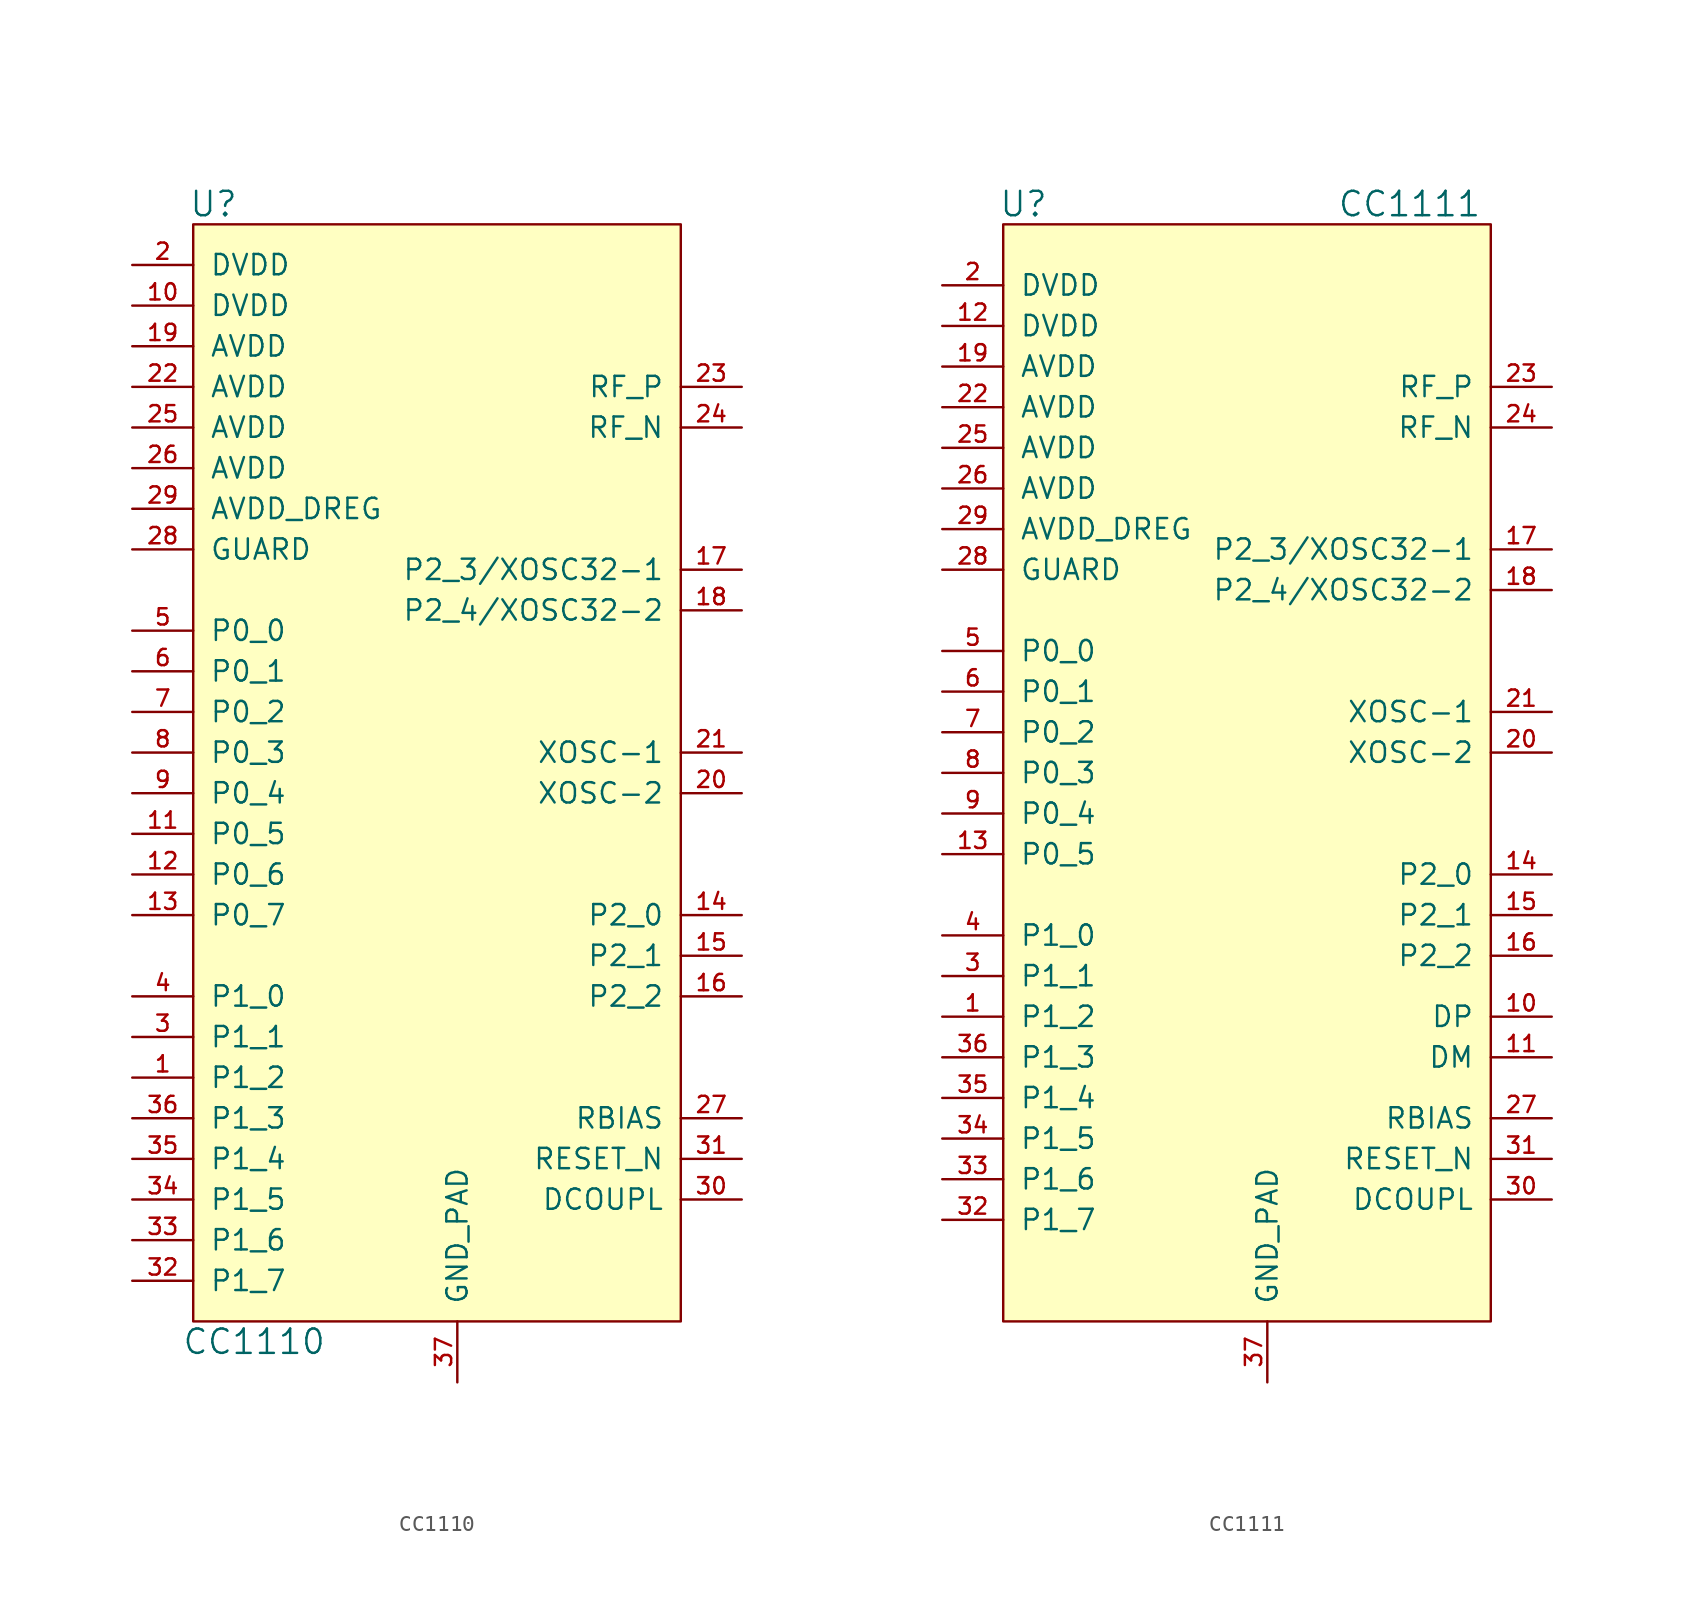
<source format=kicad_sym>
(kicad_symbol_lib
  (version 20210619)
  (generator kicad_symbol_editor)
  (symbol "openlst-hw:CC1110"
    (pin_names
      (offset 1.016))
    (property "Reference" "U"
      (at -15.24 36.83 0)
      (effects (font (size 1.524 1.524))))
    (property "Value" "CC1110"
      (at -12.7 -34.29 0)
      (effects (font (size 1.524 1.524))))
    (symbol "CC1110_0_1"
      (rectangle (start -16.51 35.56) (end 13.97 -33.02) (stroke (width 0)) (fill (type background))))
    (symbol "CC1110_1_1"
      (pin bidirectional line (at -20.32 -17.78 0) (length 3.81) (name "P1_2" (effects (font (size 1.27 1.27)))) (number "1" (effects (font (size 1.016 1.016)))))
      (pin power_in line (at -20.32 30.48 0) (length 3.81) (name "DVDD" (effects (font (size 1.27 1.27)))) (number "10" (effects (font (size 1.016 1.016)))))
      (pin bidirectional line (at -20.32 -2.54 0) (length 3.81) (name "P0_5" (effects (font (size 1.27 1.27)))) (number "11" (effects (font (size 1.016 1.016)))))
      (pin bidirectional line (at -20.32 -5.08 0) (length 3.81) (name "P0_6" (effects (font (size 1.27 1.27)))) (number "12" (effects (font (size 1.016 1.016)))))
      (pin bidirectional line (at -20.32 -7.62 0) (length 3.81) (name "P0_7" (effects (font (size 1.27 1.27)))) (number "13" (effects (font (size 1.016 1.016)))))
      (pin bidirectional line (at 17.78 -7.62 180) (length 3.81) (name "P2_0" (effects (font (size 1.27 1.27)))) (number "14" (effects (font (size 1.016 1.016)))))
      (pin bidirectional line (at 17.78 -10.16 180) (length 3.81) (name "P2_1" (effects (font (size 1.27 1.27)))) (number "15" (effects (font (size 1.016 1.016)))))
      (pin bidirectional line (at 17.78 -12.7 180) (length 3.81) (name "P2_2" (effects (font (size 1.27 1.27)))) (number "16" (effects (font (size 1.016 1.016)))))
      (pin bidirectional line (at 17.78 13.97 180) (length 3.81) (name "P2_3/XOSC32-1" (effects (font (size 1.27 1.27)))) (number "17" (effects (font (size 1.016 1.016)))))
      (pin bidirectional line (at 17.78 11.43 180) (length 3.81) (name "P2_4/XOSC32-2" (effects (font (size 1.27 1.27)))) (number "18" (effects (font (size 1.016 1.016)))))
      (pin power_in line (at -20.32 27.94 0) (length 3.81) (name "AVDD" (effects (font (size 1.27 1.27)))) (number "19" (effects (font (size 1.016 1.016)))))
      (pin power_in line (at -20.32 33.02 0) (length 3.81) (name "DVDD" (effects (font (size 1.27 1.27)))) (number "2" (effects (font (size 1.016 1.016)))))
      (pin bidirectional line (at 17.78 0 180) (length 3.81) (name "XOSC-2" (effects (font (size 1.27 1.27)))) (number "20" (effects (font (size 1.016 1.016)))))
      (pin bidirectional line (at 17.78 2.54 180) (length 3.81) (name "XOSC-1" (effects (font (size 1.27 1.27)))) (number "21" (effects (font (size 1.016 1.016)))))
      (pin power_in line (at -20.32 25.4 0) (length 3.81) (name "AVDD" (effects (font (size 1.27 1.27)))) (number "22" (effects (font (size 1.016 1.016)))))
      (pin bidirectional line (at 17.78 25.4 180) (length 3.81) (name "RF_P" (effects (font (size 1.27 1.27)))) (number "23" (effects (font (size 1.016 1.016)))))
      (pin bidirectional line (at 17.78 22.86 180) (length 3.81) (name "RF_N" (effects (font (size 1.27 1.27)))) (number "24" (effects (font (size 1.016 1.016)))))
      (pin power_in line (at -20.32 22.86 0) (length 3.81) (name "AVDD" (effects (font (size 1.27 1.27)))) (number "25" (effects (font (size 1.016 1.016)))))
      (pin power_in line (at -20.32 20.32 0) (length 3.81) (name "AVDD" (effects (font (size 1.27 1.27)))) (number "26" (effects (font (size 1.016 1.016)))))
      (pin bidirectional line (at 17.78 -20.32 180) (length 3.81) (name "RBIAS" (effects (font (size 1.27 1.27)))) (number "27" (effects (font (size 1.016 1.016)))))
      (pin power_in line (at -20.32 15.24 0) (length 3.81) (name "GUARD" (effects (font (size 1.27 1.27)))) (number "28" (effects (font (size 1.016 1.016)))))
      (pin power_in line (at -20.32 17.78 0) (length 3.81) (name "AVDD_DREG" (effects (font (size 1.27 1.27)))) (number "29" (effects (font (size 1.016 1.016)))))
      (pin bidirectional line (at -20.32 -15.24 0) (length 3.81) (name "P1_1" (effects (font (size 1.27 1.27)))) (number "3" (effects (font (size 1.016 1.016)))))
      (pin passive line (at 17.78 -25.4 180) (length 3.81) (name "DCOUPL" (effects (font (size 1.27 1.27)))) (number "30" (effects (font (size 1.016 1.016)))))
      (pin bidirectional line (at 17.78 -22.86 180) (length 3.81) (name "RESET_N" (effects (font (size 1.27 1.27)))) (number "31" (effects (font (size 1.016 1.016)))))
      (pin bidirectional line (at -20.32 -30.48 0) (length 3.81) (name "P1_7" (effects (font (size 1.27 1.27)))) (number "32" (effects (font (size 1.016 1.016)))))
      (pin bidirectional line (at -20.32 -27.94 0) (length 3.81) (name "P1_6" (effects (font (size 1.27 1.27)))) (number "33" (effects (font (size 1.016 1.016)))))
      (pin bidirectional line (at -20.32 -25.4 0) (length 3.81) (name "P1_5" (effects (font (size 1.27 1.27)))) (number "34" (effects (font (size 1.016 1.016)))))
      (pin bidirectional line (at -20.32 -22.86 0) (length 3.81) (name "P1_4" (effects (font (size 1.27 1.27)))) (number "35" (effects (font (size 1.016 1.016)))))
      (pin bidirectional line (at -20.32 -20.32 0) (length 3.81) (name "P1_3" (effects (font (size 1.27 1.27)))) (number "36" (effects (font (size 1.016 1.016)))))
      (pin passive line (at 0 -36.83 90) (length 3.81) (name "GND_PAD" (effects (font (size 1.27 1.27)))) (number "37" (effects (font (size 1.016 1.016)))))
      (pin bidirectional line (at -20.32 -12.7 0) (length 3.81) (name "P1_0" (effects (font (size 1.27 1.27)))) (number "4" (effects (font (size 1.016 1.016)))))
      (pin bidirectional line (at -20.32 10.16 0) (length 3.81) (name "P0_0" (effects (font (size 1.27 1.27)))) (number "5" (effects (font (size 1.016 1.016)))))
      (pin bidirectional line (at -20.32 7.62 0) (length 3.81) (name "P0_1" (effects (font (size 1.27 1.27)))) (number "6" (effects (font (size 1.016 1.016)))))
      (pin bidirectional line (at -20.32 5.08 0) (length 3.81) (name "P0_2" (effects (font (size 1.27 1.27)))) (number "7" (effects (font (size 1.016 1.016)))))
      (pin bidirectional line (at -20.32 2.54 0) (length 3.81) (name "P0_3" (effects (font (size 1.27 1.27)))) (number "8" (effects (font (size 1.016 1.016)))))
      (pin bidirectional line (at -20.32 0 0) (length 3.81) (name "P0_4" (effects (font (size 1.27 1.27)))) (number "9" (effects (font (size 1.016 1.016)))))))
  (symbol "openlst-hw:CC1111"
    (pin_names
      (offset 1.016))
    (property "Reference" "U"
      (at -15.24 36.83 0)
      (effects (font (size 1.524 1.524))))
    (property "Value" "CC1111"
      (at 8.89 36.83 0)
      (effects (font (size 1.524 1.524))))
    (symbol "CC1111_0_1"
      (rectangle (start -16.51 35.56) (end 13.97 -33.02) (stroke (width 0)) (fill (type background))))
    (symbol "CC1111_1_1"
      (pin bidirectional line (at -20.32 -13.97 0) (length 3.81) (name "P1_2" (effects (font (size 1.27 1.27)))) (number "1" (effects (font (size 1.016 1.016)))))
      (pin bidirectional line (at 17.78 -13.97 180) (length 3.81) (name "DP" (effects (font (size 1.27 1.27)))) (number "10" (effects (font (size 1.016 1.016)))))
      (pin bidirectional line (at 17.78 -16.51 180) (length 3.81) (name "DM" (effects (font (size 1.27 1.27)))) (number "11" (effects (font (size 1.016 1.016)))))
      (pin power_in line (at -20.32 29.21 0) (length 3.81) (name "DVDD" (effects (font (size 1.27 1.27)))) (number "12" (effects (font (size 1.016 1.016)))))
      (pin bidirectional line (at -20.32 -3.81 0) (length 3.81) (name "P0_5" (effects (font (size 1.27 1.27)))) (number "13" (effects (font (size 1.016 1.016)))))
      (pin bidirectional line (at 17.78 -5.08 180) (length 3.81) (name "P2_0" (effects (font (size 1.27 1.27)))) (number "14" (effects (font (size 1.016 1.016)))))
      (pin bidirectional line (at 17.78 -7.62 180) (length 3.81) (name "P2_1" (effects (font (size 1.27 1.27)))) (number "15" (effects (font (size 1.016 1.016)))))
      (pin bidirectional line (at 17.78 -10.16 180) (length 3.81) (name "P2_2" (effects (font (size 1.27 1.27)))) (number "16" (effects (font (size 1.016 1.016)))))
      (pin bidirectional line (at 17.78 15.24 180) (length 3.81) (name "P2_3/XOSC32-1" (effects (font (size 1.27 1.27)))) (number "17" (effects (font (size 1.016 1.016)))))
      (pin bidirectional line (at 17.78 12.7 180) (length 3.81) (name "P2_4/XOSC32-2" (effects (font (size 1.27 1.27)))) (number "18" (effects (font (size 1.016 1.016)))))
      (pin power_in line (at -20.32 26.67 0) (length 3.81) (name "AVDD" (effects (font (size 1.27 1.27)))) (number "19" (effects (font (size 1.016 1.016)))))
      (pin power_in line (at -20.32 31.75 0) (length 3.81) (name "DVDD" (effects (font (size 1.27 1.27)))) (number "2" (effects (font (size 1.016 1.016)))))
      (pin bidirectional line (at 17.78 2.54 180) (length 3.81) (name "XOSC-2" (effects (font (size 1.27 1.27)))) (number "20" (effects (font (size 1.016 1.016)))))
      (pin bidirectional line (at 17.78 5.08 180) (length 3.81) (name "XOSC-1" (effects (font (size 1.27 1.27)))) (number "21" (effects (font (size 1.016 1.016)))))
      (pin power_in line (at -20.32 24.13 0) (length 3.81) (name "AVDD" (effects (font (size 1.27 1.27)))) (number "22" (effects (font (size 1.016 1.016)))))
      (pin bidirectional line (at 17.78 25.4 180) (length 3.81) (name "RF_P" (effects (font (size 1.27 1.27)))) (number "23" (effects (font (size 1.016 1.016)))))
      (pin bidirectional line (at 17.78 22.86 180) (length 3.81) (name "RF_N" (effects (font (size 1.27 1.27)))) (number "24" (effects (font (size 1.016 1.016)))))
      (pin power_in line (at -20.32 21.59 0) (length 3.81) (name "AVDD" (effects (font (size 1.27 1.27)))) (number "25" (effects (font (size 1.016 1.016)))))
      (pin power_in line (at -20.32 19.05 0) (length 3.81) (name "AVDD" (effects (font (size 1.27 1.27)))) (number "26" (effects (font (size 1.016 1.016)))))
      (pin bidirectional line (at 17.78 -20.32 180) (length 3.81) (name "RBIAS" (effects (font (size 1.27 1.27)))) (number "27" (effects (font (size 1.016 1.016)))))
      (pin power_in line (at -20.32 13.97 0) (length 3.81) (name "GUARD" (effects (font (size 1.27 1.27)))) (number "28" (effects (font (size 1.016 1.016)))))
      (pin power_in line (at -20.32 16.51 0) (length 3.81) (name "AVDD_DREG" (effects (font (size 1.27 1.27)))) (number "29" (effects (font (size 1.016 1.016)))))
      (pin bidirectional line (at -20.32 -11.43 0) (length 3.81) (name "P1_1" (effects (font (size 1.27 1.27)))) (number "3" (effects (font (size 1.016 1.016)))))
      (pin passive line (at 17.78 -25.4 180) (length 3.81) (name "DCOUPL" (effects (font (size 1.27 1.27)))) (number "30" (effects (font (size 1.016 1.016)))))
      (pin bidirectional line (at 17.78 -22.86 180) (length 3.81) (name "RESET_N" (effects (font (size 1.27 1.27)))) (number "31" (effects (font (size 1.016 1.016)))))
      (pin bidirectional line (at -20.32 -26.67 0) (length 3.81) (name "P1_7" (effects (font (size 1.27 1.27)))) (number "32" (effects (font (size 1.016 1.016)))))
      (pin bidirectional line (at -20.32 -24.13 0) (length 3.81) (name "P1_6" (effects (font (size 1.27 1.27)))) (number "33" (effects (font (size 1.016 1.016)))))
      (pin bidirectional line (at -20.32 -21.59 0) (length 3.81) (name "P1_5" (effects (font (size 1.27 1.27)))) (number "34" (effects (font (size 1.016 1.016)))))
      (pin bidirectional line (at -20.32 -19.05 0) (length 3.81) (name "P1_4" (effects (font (size 1.27 1.27)))) (number "35" (effects (font (size 1.016 1.016)))))
      (pin bidirectional line (at -20.32 -16.51 0) (length 3.81) (name "P1_3" (effects (font (size 1.27 1.27)))) (number "36" (effects (font (size 1.016 1.016)))))
      (pin passive line (at 0 -36.83 90) (length 3.81) (name "GND_PAD" (effects (font (size 1.27 1.27)))) (number "37" (effects (font (size 1.016 1.016)))))
      (pin bidirectional line (at -20.32 -8.89 0) (length 3.81) (name "P1_0" (effects (font (size 1.27 1.27)))) (number "4" (effects (font (size 1.016 1.016)))))
      (pin bidirectional line (at -20.32 8.89 0) (length 3.81) (name "P0_0" (effects (font (size 1.27 1.27)))) (number "5" (effects (font (size 1.016 1.016)))))
      (pin bidirectional line (at -20.32 6.35 0) (length 3.81) (name "P0_1" (effects (font (size 1.27 1.27)))) (number "6" (effects (font (size 1.016 1.016)))))
      (pin bidirectional line (at -20.32 3.81 0) (length 3.81) (name "P0_2" (effects (font (size 1.27 1.27)))) (number "7" (effects (font (size 1.016 1.016)))))
      (pin bidirectional line (at -20.32 1.27 0) (length 3.81) (name "P0_3" (effects (font (size 1.27 1.27)))) (number "8" (effects (font (size 1.016 1.016)))))
      (pin bidirectional line (at -20.32 -1.27 0) (length 3.81) (name "P0_4" (effects (font (size 1.27 1.27)))) (number "9" (effects (font (size 1.016 1.016))))))))
</source>
